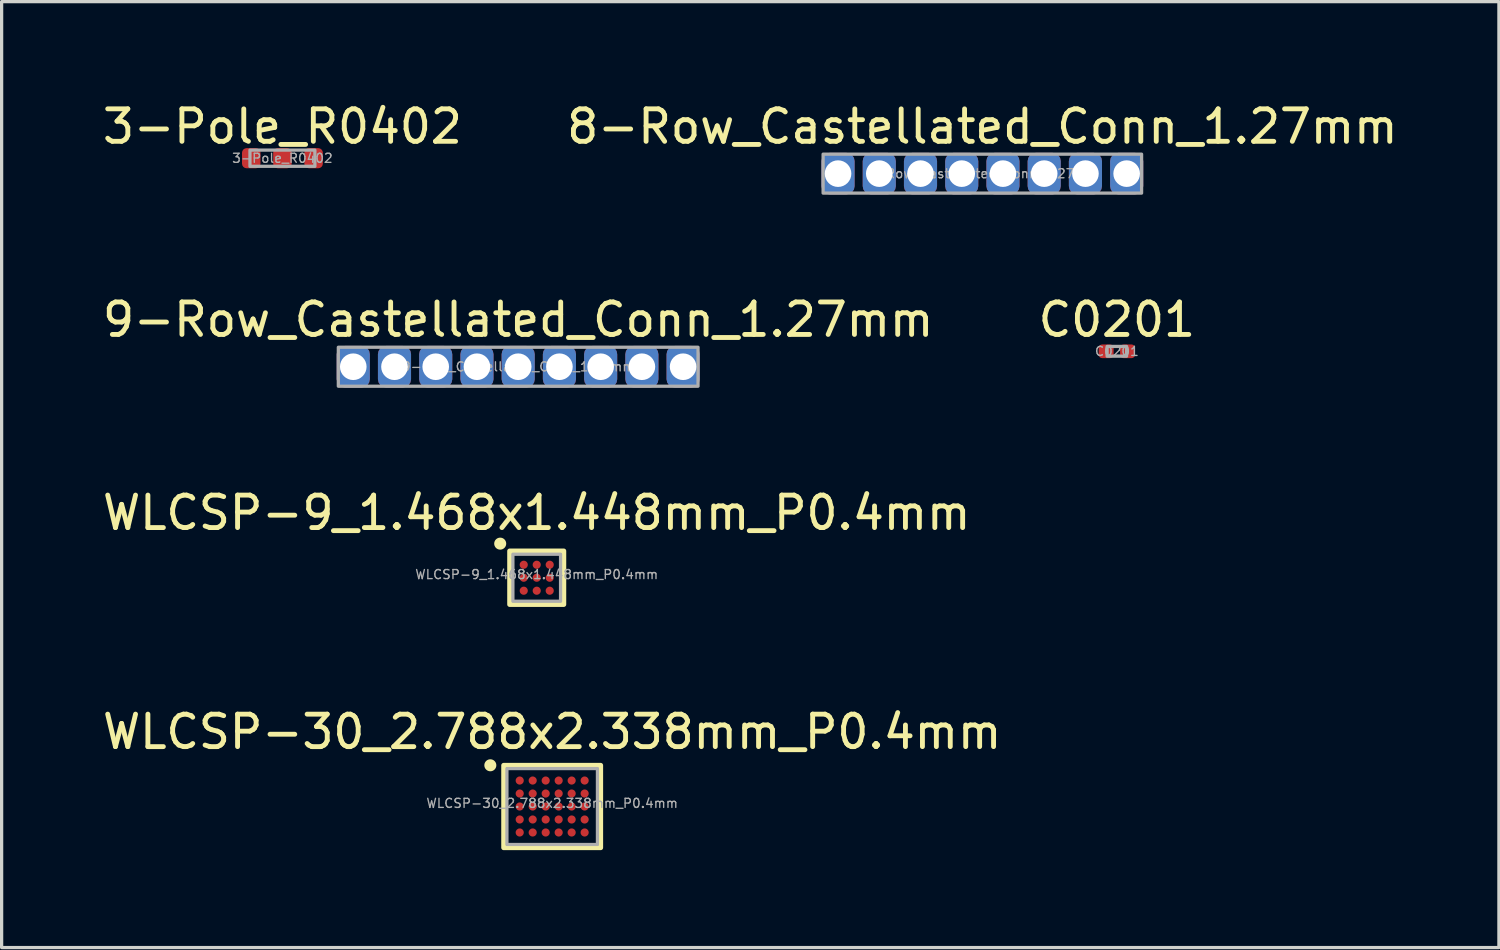
<source format=kicad_pcb>
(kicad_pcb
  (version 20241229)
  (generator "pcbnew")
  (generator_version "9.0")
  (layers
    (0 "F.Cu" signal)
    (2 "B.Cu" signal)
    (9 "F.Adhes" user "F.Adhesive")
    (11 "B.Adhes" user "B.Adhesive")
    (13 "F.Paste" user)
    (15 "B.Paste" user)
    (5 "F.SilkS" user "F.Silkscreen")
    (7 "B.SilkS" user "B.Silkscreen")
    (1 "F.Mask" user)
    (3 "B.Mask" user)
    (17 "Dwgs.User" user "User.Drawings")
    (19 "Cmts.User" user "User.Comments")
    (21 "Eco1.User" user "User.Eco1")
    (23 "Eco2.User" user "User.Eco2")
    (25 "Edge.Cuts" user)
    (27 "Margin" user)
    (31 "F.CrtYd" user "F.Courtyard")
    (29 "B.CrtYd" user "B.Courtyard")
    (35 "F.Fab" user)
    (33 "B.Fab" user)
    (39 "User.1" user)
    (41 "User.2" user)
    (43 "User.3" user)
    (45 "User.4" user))
  (footprint "WLCSP-30_2.788x2.338mm_P0.4mm"
    (layer "F.Cu")
    (at 13.958 21.792)
    (property "Reference" "WLCSP-30_2.788x2.338mm_P0.4mm" (at 0 -2.3 0) (unlocked yes) (layer "F.SilkS") (effects (font (size 1 1) (thickness 0.15))))
    (attr smd)
    (fp_rect (start -1.494 -1.269) (end 1.494 1.269) (stroke (width 0.15) (type solid)) (fill no) (layer "F.SilkS"))
    (fp_circle (center -1.905 -1.27) (end -1.745 -1.27) (stroke (width 0.05) (type solid)) (fill yes) (layer "F.SilkS"))
    (fp_rect (start -1.394 -1.169) (end 1.394 1.169) (stroke (width 0.1) (type solid)) (fill no) (layer "F.Fab"))
    (fp_text user "${REFERENCE}" (at 0 -0.1 0) (unlocked yes) (layer "F.Fab") (effects (font (size 0.28 0.28) (thickness 0.042))))
    (pad "A1" smd circle (at -1 -0.8) (size 0.25 0.25) (layers "F.Cu" "F.Mask" "F.Paste"))
    (pad "A2" smd circle (at -0.6 -0.8) (size 0.25 0.25) (layers "F.Cu" "F.Mask" "F.Paste"))
    (pad "A3" smd circle (at -0.2 -0.8) (size 0.25 0.25) (layers "F.Cu" "F.Mask" "F.Paste"))
    (pad "A4" smd circle (at 0.2 -0.8) (size 0.25 0.25) (layers "F.Cu" "F.Mask" "F.Paste"))
    (pad "A5" smd circle (at 0.6 -0.8) (size 0.25 0.25) (layers "F.Cu" "F.Mask" "F.Paste"))
    (pad "A6" smd circle (at 1 -0.8) (size 0.25 0.25) (layers "F.Cu" "F.Mask" "F.Paste"))
    (pad "B1" smd circle (at -1 -0.4) (size 0.25 0.25) (layers "F.Cu" "F.Mask" "F.Paste"))
    (pad "B2" smd circle (at -0.6 -0.4) (size 0.25 0.25) (layers "F.Cu" "F.Mask" "F.Paste"))
    (pad "B3" smd circle (at -0.2 -0.4) (size 0.25 0.25) (layers "F.Cu" "F.Mask" "F.Paste"))
    (pad "B4" smd circle (at 0.2 -0.4) (size 0.25 0.25) (layers "F.Cu" "F.Mask" "F.Paste"))
    (pad "B5" smd circle (at 0.6 -0.4) (size 0.25 0.25) (layers "F.Cu" "F.Mask" "F.Paste"))
    (pad "B6" smd circle (at 1 -0.4) (size 0.25 0.25) (layers "F.Cu" "F.Mask" "F.Paste"))
    (pad "C1" smd circle (at -1 0) (size 0.25 0.25) (layers "F.Cu" "F.Mask" "F.Paste"))
    (pad "C2" smd circle (at -0.6 0) (size 0.25 0.25) (layers "F.Cu" "F.Mask" "F.Paste"))
    (pad "C3" smd circle (at -0.2 0) (size 0.25 0.25) (layers "F.Cu" "F.Mask" "F.Paste"))
    (pad "C4" smd circle (at 0.2 0) (size 0.25 0.25) (layers "F.Cu" "F.Mask" "F.Paste"))
    (pad "C5" smd circle (at 0.6 0) (size 0.25 0.25) (layers "F.Cu" "F.Mask" "F.Paste"))
    (pad "C6" smd circle (at 1 0) (size 0.25 0.25) (layers "F.Cu" "F.Mask" "F.Paste"))
    (pad "D1" smd circle (at -1 0.4) (size 0.25 0.25) (layers "F.Cu" "F.Mask" "F.Paste"))
    (pad "D2" smd circle (at -0.6 0.4) (size 0.25 0.25) (layers "F.Cu" "F.Mask" "F.Paste"))
    (pad "D3" smd circle (at -0.2 0.4) (size 0.25 0.25) (layers "F.Cu" "F.Mask" "F.Paste"))
    (pad "D4" smd circle (at 0.2 0.4) (size 0.25 0.25) (layers "F.Cu" "F.Mask" "F.Paste"))
    (pad "D5" smd circle (at 0.6 0.4) (size 0.25 0.25) (layers "F.Cu" "F.Mask" "F.Paste"))
    (pad "D6" smd circle (at 1 0.4) (size 0.25 0.25) (layers "F.Cu" "F.Mask" "F.Paste"))
    (pad "E1" smd circle (at -1 0.8) (size 0.25 0.25) (layers "F.Cu" "F.Mask" "F.Paste"))
    (pad "E2" smd circle (at -0.6 0.8) (size 0.25 0.25) (layers "F.Cu" "F.Mask" "F.Paste"))
    (pad "E3" smd circle (at -0.2 0.8) (size 0.25 0.25) (layers "F.Cu" "F.Mask" "F.Paste"))
    (pad "E4" smd circle (at 0.2 0.8) (size 0.25 0.25) (layers "F.Cu" "F.Mask" "F.Paste"))
    (pad "E5" smd circle (at 0.6 0.8) (size 0.25 0.25) (layers "F.Cu" "F.Mask" "F.Paste"))
    (pad "E6" smd circle (at 1 0.8) (size 0.25 0.25) (layers "F.Cu" "F.Mask" "F.Paste")))
  (footprint "9-Row_Castellated_Conn_1.27mm"
    (layer "F.Cu")
    (at 12.911 8.246)
    (property "Reference" "9-Row_Castellated_Conn_1.27mm" (at 0 -1.45 0) (unlocked yes) (layer "F.SilkS") (effects (font (size 1 1) (thickness 0.15))))
    (attr smd)
    (fp_rect (start -5.54 -0.6) (end 5.54 0.6) (stroke (width 0.1) (type solid)) (fill no) (layer "F.Fab"))
    (fp_text user "${REFERENCE}" (at 0 0 0) (unlocked yes) (layer "F.Fab") (effects (font (size 0.28 0.28) (thickness 0.042))))
    (pad "1" thru_hole roundrect (at -5.08 0 180) (size 1.02 1.28) (drill 0.82) (property pad_prop_castellated) (layers "*.Cu" "*.Mask") (roundrect_rratio 0.25))
    (pad "2" thru_hole roundrect (at -3.81 0 180) (size 1.02 1.28) (drill 0.82) (property pad_prop_castellated) (layers "*.Cu" "*.Mask") (roundrect_rratio 0.25))
    (pad "3" thru_hole roundrect (at -2.54 0 180) (size 1.02 1.28) (drill 0.82) (property pad_prop_castellated) (layers "*.Cu" "*.Mask") (roundrect_rratio 0.25))
    (pad "4" thru_hole roundrect (at -1.27 0 180) (size 1.02 1.28) (drill 0.82) (property pad_prop_castellated) (layers "*.Cu" "*.Mask") (roundrect_rratio 0.25))
    (pad "5" thru_hole roundrect (at 0 0 180) (size 1.02 1.28) (drill 0.82) (property pad_prop_castellated) (layers "*.Cu" "*.Mask") (roundrect_rratio 0.25))
    (pad "6" thru_hole roundrect (at 1.27 0 180) (size 1.02 1.28) (drill 0.82) (property pad_prop_castellated) (layers "*.Cu" "*.Mask") (roundrect_rratio 0.25))
    (pad "7" thru_hole roundrect (at 2.54 0 180) (size 1.02 1.28) (drill 0.82) (property pad_prop_castellated) (layers "*.Cu" "*.Mask") (roundrect_rratio 0.25))
    (pad "8" thru_hole roundrect (at 3.81 0 180) (size 1.02 1.28) (drill 0.82) (property pad_prop_castellated) (layers "*.Cu" "*.Mask") (roundrect_rratio 0.25))
    (pad "9" thru_hole roundrect (at 5.08 0 180) (size 1.02 1.28) (drill 0.82) (property pad_prop_castellated) (layers "*.Cu" "*.Mask") (roundrect_rratio 0.25)))
  (footprint "8-Row_Castellated_Conn_1.27mm"
    (layer "F.Cu")
    (at 27.208 2.298)
    (property "Reference" "8-Row_Castellated_Conn_1.27mm" (at 0 -1.45 0) (unlocked yes) (layer "F.SilkS") (effects (font (size 1 1) (thickness 0.15))))
    (attr smd)
    (fp_rect (start -4.905 -0.6) (end 4.905 0.6) (stroke (width 0.1) (type solid)) (fill no) (layer "F.Fab"))
    (fp_text user "${REFERENCE}" (at 0 0 0) (unlocked yes) (layer "F.Fab") (effects (font (size 0.28 0.28) (thickness 0.042))))
    (pad "1" thru_hole roundrect (at -4.445 0 180) (size 1.02 1.28) (drill 0.82) (property pad_prop_castellated) (layers "*.Cu" "*.Mask") (roundrect_rratio 0.25))
    (pad "2" thru_hole roundrect (at -3.175 0 180) (size 1.02 1.28) (drill 0.82) (property pad_prop_castellated) (layers "*.Cu" "*.Mask") (roundrect_rratio 0.25))
    (pad "3" thru_hole roundrect (at -1.905 0 180) (size 1.02 1.28) (drill 0.82) (property pad_prop_castellated) (layers "*.Cu" "*.Mask") (roundrect_rratio 0.25))
    (pad "4" thru_hole roundrect (at -0.635 0 180) (size 1.02 1.28) (drill 0.82) (property pad_prop_castellated) (layers "*.Cu" "*.Mask") (roundrect_rratio 0.25))
    (pad "5" thru_hole roundrect (at 0.635 0 180) (size 1.02 1.28) (drill 0.82) (property pad_prop_castellated) (layers "*.Cu" "*.Mask") (roundrect_rratio 0.25))
    (pad "6" thru_hole roundrect (at 1.905 0 180) (size 1.02 1.28) (drill 0.82) (property pad_prop_castellated) (layers "*.Cu" "*.Mask") (roundrect_rratio 0.25))
    (pad "7" thru_hole roundrect (at 3.175 0 180) (size 1.02 1.28) (drill 0.82) (property pad_prop_castellated) (layers "*.Cu" "*.Mask") (roundrect_rratio 0.25))
    (pad "8" thru_hole roundrect (at 4.445 0 180) (size 1.02 1.28) (drill 0.82) (property pad_prop_castellated) (layers "*.Cu" "*.Mask") (roundrect_rratio 0.25)))
  (footprint "3-Pole_R0402"
    (layer "F.Cu")
    (at 5.649 1.823)
    (property "Reference" "3-Pole_R0402" (at 0 -0.975 0) (unlocked yes) (layer "F.SilkS") (effects (font (size 1 1) (thickness 0.15))))
    (attr smd)
    (fp_rect (start -1 -0.25) (end 1 0.25) (stroke (width 0.1) (type solid)) (fill no) (layer "F.Fab"))
    (fp_text user "${REFERENCE}" (at 0 0 0) (unlocked yes) (layer "F.Fab") (effects (font (size 0.28 0.28) (thickness 0.042))))
    (pad "1" smd roundrect (at -0.96 0) (size 0.57 0.62) (layers "F.Cu" "F.Mask" "F.Paste") (roundrect_rratio 0.25))
    (pad "2" smd roundrect (at 0 0) (size 0.57 0.62) (layers "F.Cu" "F.Mask" "F.Paste") (roundrect_rratio 0.25))
    (pad "3" smd roundrect (at 0.96 0 180) (size 0.57 0.62) (layers "F.Cu" "F.Mask" "F.Paste") (roundrect_rratio 0.25)))
  (footprint "WLCSP-9_1.468x1.448mm_P0.4mm"
    (layer "F.Cu")
    (at 13.482 14.745)
    (property "Reference" "WLCSP-9_1.468x1.448mm_P0.4mm" (at 0 -2 0) (unlocked yes) (layer "F.SilkS") (effects (font (size 1 1) (thickness 0.15))))
    (attr smd)
    (fp_rect (start -0.834 -0.824) (end 0.834 0.824) (stroke (width 0.15) (type solid)) (fill no) (layer "F.SilkS"))
    (fp_circle (center -1.125 -1.05) (end -0.965 -1.05) (stroke (width 0.05) (type solid)) (fill yes) (layer "F.SilkS"))
    (fp_rect (start -0.734 -0.724) (end 0.734 0.724) (stroke (width 0.1) (type solid)) (fill no) (layer "F.Fab"))
    (fp_text user "${REFERENCE}" (at 0 -0.1 0) (unlocked yes) (layer "F.Fab") (effects (font (size 0.28 0.28) (thickness 0.042))))
    (pad "A1" smd circle (at -0.4 -0.4) (size 0.25 0.25) (layers "F.Cu" "F.Mask" "F.Paste"))
    (pad "A2" smd circle (at 0 -0.4) (size 0.25 0.25) (layers "F.Cu" "F.Mask" "F.Paste"))
    (pad "A3" smd circle (at 0.4 -0.4) (size 0.25 0.25) (layers "F.Cu" "F.Mask" "F.Paste"))
    (pad "B1" smd circle (at -0.4 0) (size 0.25 0.25) (layers "F.Cu" "F.Mask" "F.Paste"))
    (pad "B2" smd circle (at 0 0) (size 0.25 0.25) (layers "F.Cu" "F.Mask" "F.Paste"))
    (pad "B3" smd circle (at 0.4 0) (size 0.25 0.25) (layers "F.Cu" "F.Mask" "F.Paste"))
    (pad "C1" smd circle (at -0.4 0.4) (size 0.25 0.25) (layers "F.Cu" "F.Mask" "F.Paste"))
    (pad "C2" smd circle (at 0 0.4) (size 0.25 0.25) (layers "F.Cu" "F.Mask" "F.Paste"))
    (pad "C3" smd circle (at 0.4 0.4) (size 0.25 0.25) (layers "F.Cu" "F.Mask" "F.Paste")))
  (footprint "C0201"
    (layer "F.Cu")
    (at 31.351 7.771)
    (property "Reference" "C0201" (at 0 -0.975 0) (unlocked yes) (layer "F.SilkS") (effects (font (size 1 1) (thickness 0.15))))
    (attr smd)
    (fp_rect (start -0.3 -0.15) (end 0.3 0.15) (stroke (width 0.1) (type solid)) (fill no) (layer "F.Fab"))
    (fp_text user "${REFERENCE}" (at 0 0 0) (unlocked yes) (layer "F.Fab") (effects (font (size 0.28 0.28) (thickness 0.042))))
    (pad "1" smd roundrect (at -0.33 0) (size 0.46 0.42) (layers "F.Cu" "F.Mask" "F.Paste") (roundrect_rratio 0.25))
    (pad "2" smd roundrect (at 0.33 0) (size 0.46 0.42) (layers "F.Cu" "F.Mask" "F.Paste") (roundrect_rratio 0.25)))
  (gr_rect
    (start -3 -3)
    (end 43.119 26.136)
    (stroke (width 0.1) (type default))
    (fill no)
    (layer "Edge.Cuts")))
</source>
